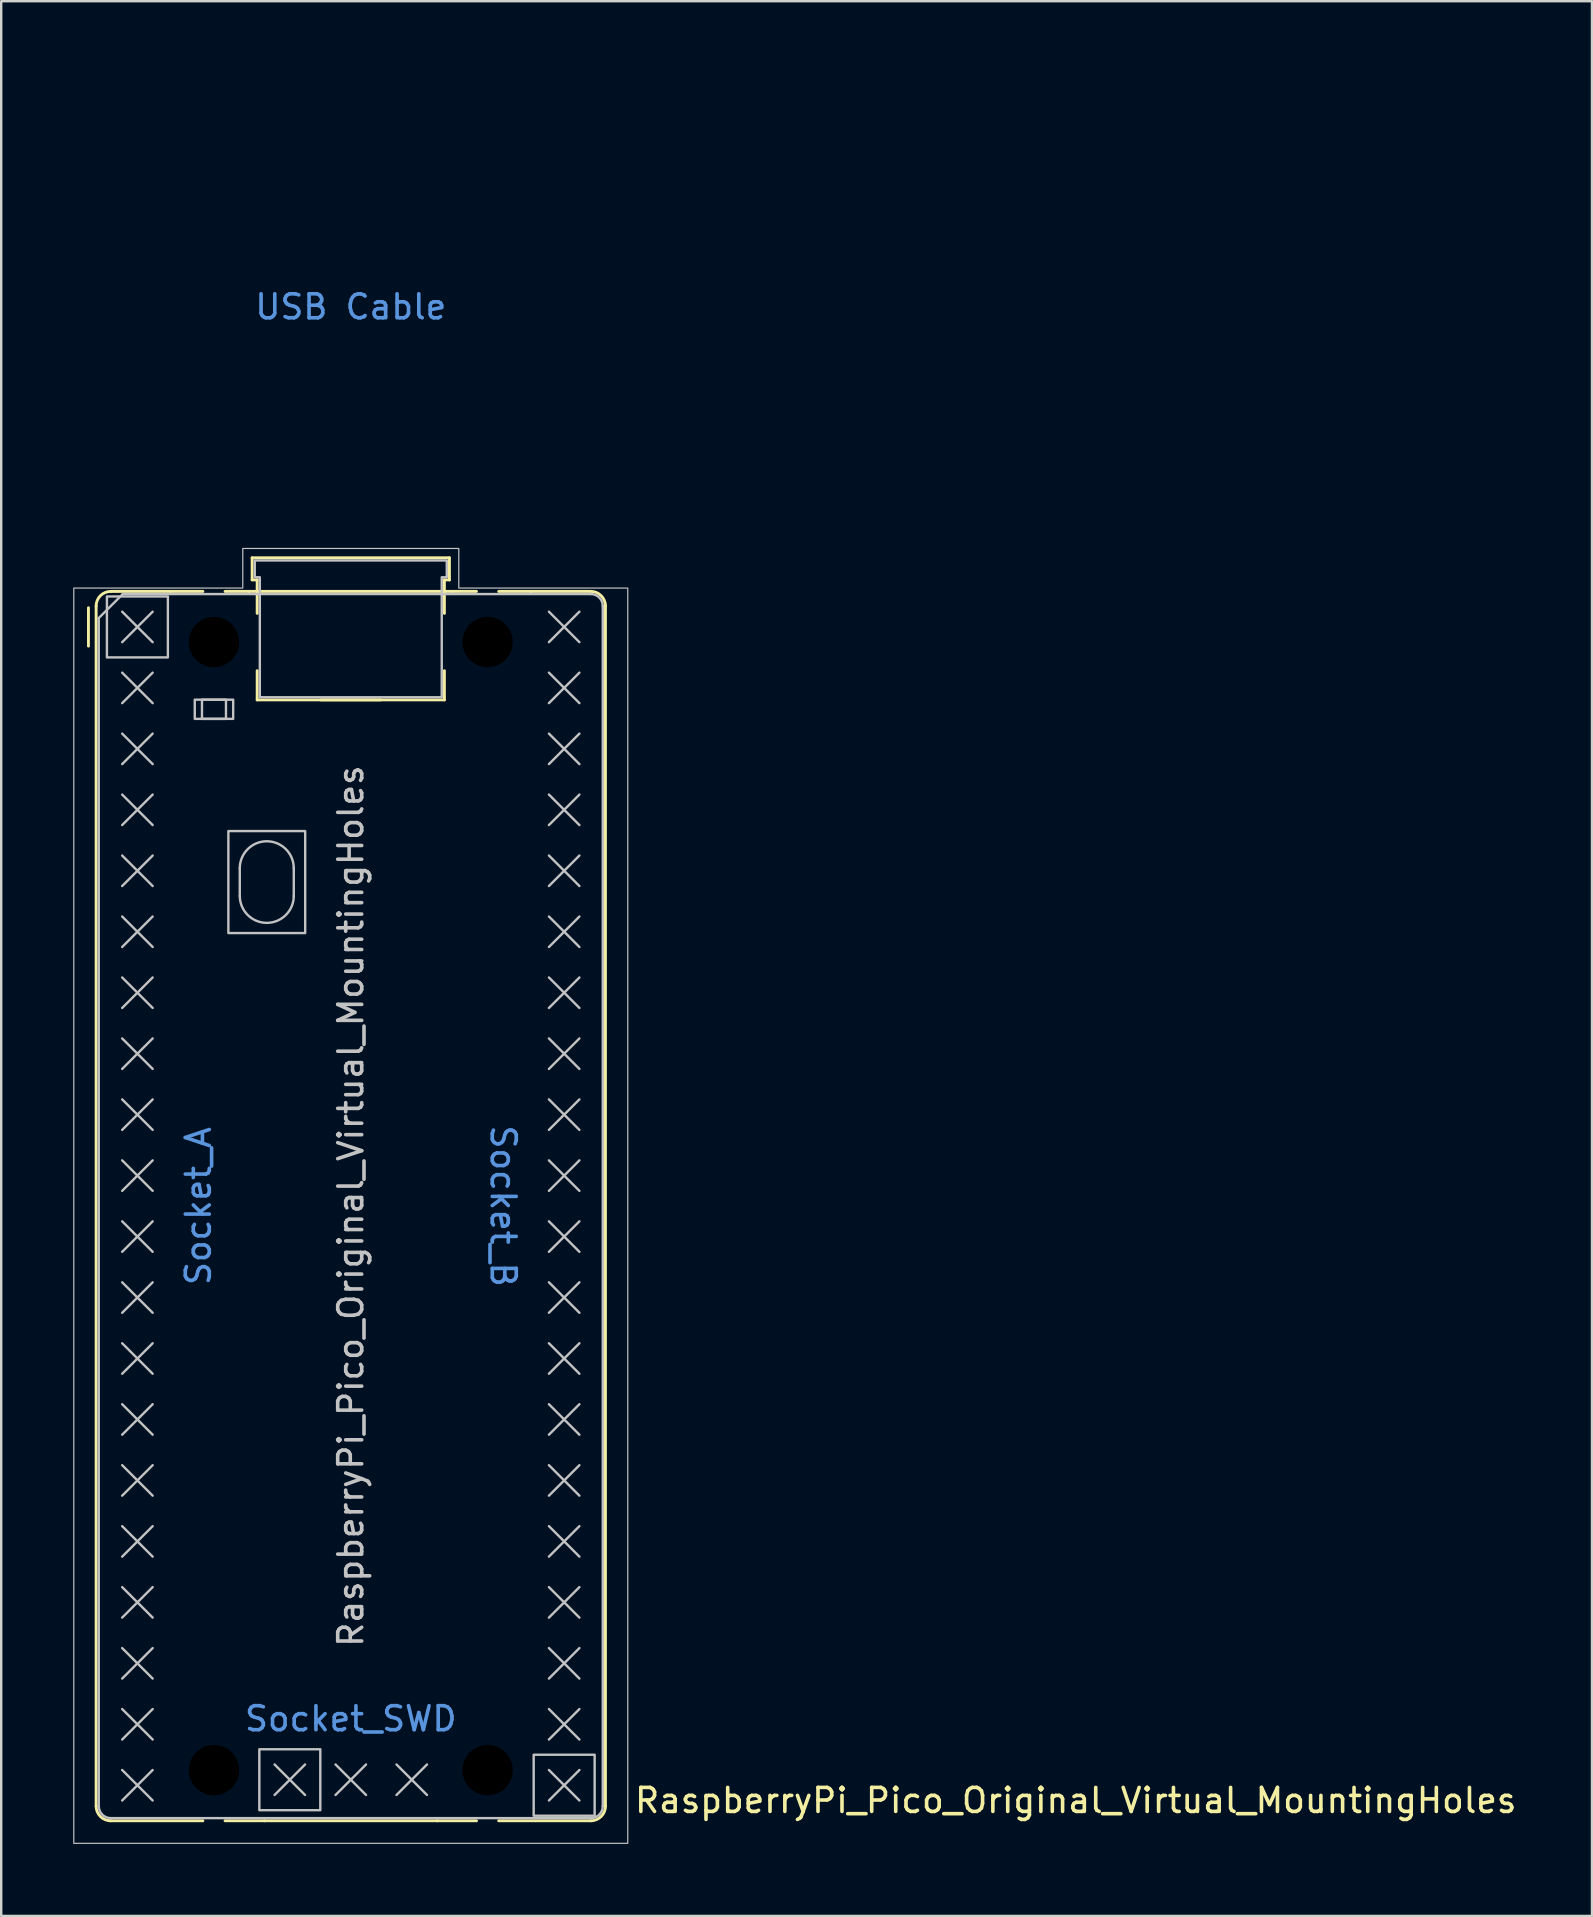
<source format=kicad_pcb>
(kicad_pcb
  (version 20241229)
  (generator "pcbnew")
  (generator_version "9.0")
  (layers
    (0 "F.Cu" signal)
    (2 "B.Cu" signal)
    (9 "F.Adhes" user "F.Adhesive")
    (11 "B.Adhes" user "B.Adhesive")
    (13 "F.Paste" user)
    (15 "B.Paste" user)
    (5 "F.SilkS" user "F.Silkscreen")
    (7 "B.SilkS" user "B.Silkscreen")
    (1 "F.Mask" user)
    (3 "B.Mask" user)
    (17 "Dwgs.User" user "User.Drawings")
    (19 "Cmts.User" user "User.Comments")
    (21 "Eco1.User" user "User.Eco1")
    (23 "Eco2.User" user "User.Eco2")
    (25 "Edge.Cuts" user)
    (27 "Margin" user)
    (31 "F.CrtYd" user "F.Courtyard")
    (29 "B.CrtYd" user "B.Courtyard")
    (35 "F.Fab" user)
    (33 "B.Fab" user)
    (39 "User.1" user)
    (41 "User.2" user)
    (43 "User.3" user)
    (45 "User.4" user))
  (footprint "RaspberryPi_Pico_Original_Virtual_MountingHoles"
    (layer "F.Cu")
    (at 11.565 47.2)
    (property "Reference" "RaspberryPi_Pico_Original_Virtual_MountingHoles" (at 11.748 24.765 0) (unlocked yes) (layer "F.SilkS") (effects (font (size 1 1) (thickness 0.15)) (justify left)))
    (attr exclude_from_pos_files allow_missing_courtyard)
    (fp_line (start -10.93 -23.33) (end -10.93 -24.93) (stroke (width 0.12) (type solid)) (layer "F.SilkS"))
    (fp_line (start -10.61 -25) (end -10.61 25) (stroke (width 0.12) (type solid)) (layer "F.SilkS"))
    (fp_line (start -10 -25.61) (end -7.51 -25.61) (stroke (width 0.12) (type solid)) (layer "F.SilkS"))
    (fp_line (start -10 25.61) (end -6.162 25.61) (stroke (width 0.12) (type solid)) (layer "F.SilkS"))
    (fp_line (start -7.51 -25.61) (end -6.162 -25.61) (stroke (width 0.12) (type solid)) (layer "F.SilkS"))
    (fp_line (start -5.238 -25.61) (end -4.235 -25.61) (stroke (width 0.12) (type solid)) (layer "F.SilkS"))
    (fp_line (start -4.235 -25.61) (end 4.235 -25.61) (stroke (width 0.12) (type solid)) (layer "F.SilkS"))
    (fp_line (start -4.11 -27.01) (end -4.11 -26.09) (stroke (width 0.12) (type solid)) (layer "F.SilkS"))
    (fp_line (start -4.11 -27.01) (end 4.11 -27.01) (stroke (width 0.12) (type solid)) (layer "F.SilkS"))
    (fp_line (start -4.11 -26.09) (end -3.9 -26.09) (stroke (width 0.12) (type solid)) (layer "F.SilkS"))
    (fp_line (start -3.9 -26.09) (end -3.9 -24.694) (stroke (width 0.12) (type solid)) (layer "F.SilkS"))
    (fp_line (start -3.9 -22.306) (end -3.9 -21.09) (stroke (width 0.12) (type solid)) (layer "F.SilkS"))
    (fp_line (start -3.6 25.61) (end -5.238 25.61) (stroke (width 0.12) (type solid)) (layer "F.SilkS"))
    (fp_line (start -1.246 -21.09) (end 1.246 -21.09) (stroke (width 0.12) (type solid)) (layer "F.SilkS"))
    (fp_line (start 3.6 25.61) (end -3.6 25.61) (stroke (width 0.12) (type solid)) (layer "F.SilkS"))
    (fp_line (start 3.9 -26.09) (end 3.9 -24.694) (stroke (width 0.12) (type solid)) (layer "F.SilkS"))
    (fp_line (start 3.9 -22.306) (end 3.9 -21.09) (stroke (width 0.12) (type solid)) (layer "F.SilkS"))
    (fp_line (start 3.9 -21.09) (end -3.9 -21.09) (stroke (width 0.12) (type solid)) (layer "F.SilkS"))
    (fp_line (start 4.11 -27.01) (end 4.11 -26.09) (stroke (width 0.12) (type solid)) (layer "F.SilkS"))
    (fp_line (start 4.11 -26.09) (end 3.9 -26.09) (stroke (width 0.12) (type solid)) (layer "F.SilkS"))
    (fp_line (start 4.235 -25.61) (end 5.238 -25.61) (stroke (width 0.12) (type solid)) (layer "F.SilkS"))
    (fp_line (start 5.238 25.61) (end 3.6 25.61) (stroke (width 0.12) (type solid)) (layer "F.SilkS"))
    (fp_line (start 6.162 -25.61) (end 7.51 -25.61) (stroke (width 0.12) (type solid)) (layer "F.SilkS"))
    (fp_line (start 6.162 25.61) (end 10 25.61) (stroke (width 0.12) (type solid)) (layer "F.SilkS"))
    (fp_line (start 10 -25.61) (end 7.51 -25.61) (stroke (width 0.12) (type solid)) (layer "F.SilkS"))
    (fp_line (start 10.61 -25) (end 10.61 25) (stroke (width 0.12) (type solid)) (layer "F.SilkS"))
    (fp_arc (start -10.61 -25) (mid -10.431335 -25.431335) (end -10 -25.61) (stroke (width 0.12) (type solid)) (layer "F.SilkS"))
    (fp_arc (start -10 25.61) (mid -10.431364 25.431364) (end -10.61 25) (stroke (width 0.12) (type solid)) (layer "F.SilkS"))
    (fp_arc (start 10 -25.61) (mid 10.431335 -25.431335) (end 10.61 -25) (stroke (width 0.12) (type solid)) (layer "F.SilkS"))
    (fp_arc (start 10.61 25) (mid 10.431335 25.431335) (end 10 25.61) (stroke (width 0.12) (type solid)) (layer "F.SilkS"))
    (fp_line (start -10.5 -24.5) (end -9.5 -25.5) (stroke (width 0.1) (type solid)) (layer "Dwgs.User"))
    (fp_line (start -10.5 25) (end -10.5 -24.5) (stroke (width 0.1) (type solid)) (layer "Dwgs.User"))
    (fp_line (start -9.525 -24.765) (end -8.255 -23.495) (stroke (width 0.1) (type solid)) (layer "Dwgs.User"))
    (fp_line (start -9.525 -22.225) (end -8.255 -20.955) (stroke (width 0.1) (type solid)) (layer "Dwgs.User"))
    (fp_line (start -9.525 -19.685) (end -8.255 -18.415) (stroke (width 0.1) (type solid)) (layer "Dwgs.User"))
    (fp_line (start -9.525 -17.145) (end -8.255 -15.875) (stroke (width 0.1) (type solid)) (layer "Dwgs.User"))
    (fp_line (start -9.525 -14.605) (end -8.255 -13.335) (stroke (width 0.1) (type solid)) (layer "Dwgs.User"))
    (fp_line (start -9.525 -12.065) (end -8.255 -10.795) (stroke (width 0.1) (type solid)) (layer "Dwgs.User"))
    (fp_line (start -9.525 -9.525) (end -8.255 -8.255) (stroke (width 0.1) (type solid)) (layer "Dwgs.User"))
    (fp_line (start -9.525 -6.985) (end -8.255 -5.715) (stroke (width 0.1) (type solid)) (layer "Dwgs.User"))
    (fp_line (start -9.525 -4.445) (end -8.255 -3.175) (stroke (width 0.1) (type solid)) (layer "Dwgs.User"))
    (fp_line (start -9.525 -1.905) (end -8.255 -0.635) (stroke (width 0.1) (type solid)) (layer "Dwgs.User"))
    (fp_line (start -9.525 0.635) (end -8.255 1.905) (stroke (width 0.1) (type solid)) (layer "Dwgs.User"))
    (fp_line (start -9.525 3.175) (end -8.255 4.445) (stroke (width 0.1) (type solid)) (layer "Dwgs.User"))
    (fp_line (start -9.525 5.715) (end -8.255 6.985) (stroke (width 0.1) (type solid)) (layer "Dwgs.User"))
    (fp_line (start -9.525 8.255) (end -8.255 9.525) (stroke (width 0.1) (type solid)) (layer "Dwgs.User"))
    (fp_line (start -9.525 10.795) (end -8.255 12.065) (stroke (width 0.1) (type solid)) (layer "Dwgs.User"))
    (fp_line (start -9.525 13.335) (end -8.255 14.605) (stroke (width 0.1) (type solid)) (layer "Dwgs.User"))
    (fp_line (start -9.525 15.875) (end -8.255 17.145) (stroke (width 0.1) (type solid)) (layer "Dwgs.User"))
    (fp_line (start -9.525 18.415) (end -8.255 19.685) (stroke (width 0.1) (type solid)) (layer "Dwgs.User"))
    (fp_line (start -9.525 20.955) (end -8.255 22.225) (stroke (width 0.1) (type solid)) (layer "Dwgs.User"))
    (fp_line (start -9.525 23.495) (end -8.255 24.765) (stroke (width 0.1) (type solid)) (layer "Dwgs.User"))
    (fp_line (start -9.5 -25.5) (end 10 -25.5) (stroke (width 0.1) (type solid)) (layer "Dwgs.User"))
    (fp_line (start -8.255 -24.765) (end -9.525 -23.495) (stroke (width 0.1) (type solid)) (layer "Dwgs.User"))
    (fp_line (start -8.255 -22.225) (end -9.525 -20.955) (stroke (width 0.1) (type solid)) (layer "Dwgs.User"))
    (fp_line (start -8.255 -19.685) (end -9.525 -18.415) (stroke (width 0.1) (type solid)) (layer "Dwgs.User"))
    (fp_line (start -8.255 -17.145) (end -9.525 -15.875) (stroke (width 0.1) (type solid)) (layer "Dwgs.User"))
    (fp_line (start -8.255 -14.605) (end -9.525 -13.335) (stroke (width 0.1) (type solid)) (layer "Dwgs.User"))
    (fp_line (start -8.255 -12.065) (end -9.525 -10.795) (stroke (width 0.1) (type solid)) (layer "Dwgs.User"))
    (fp_line (start -8.255 -9.525) (end -9.525 -8.255) (stroke (width 0.1) (type solid)) (layer "Dwgs.User"))
    (fp_line (start -8.255 -6.985) (end -9.525 -5.715) (stroke (width 0.1) (type solid)) (layer "Dwgs.User"))
    (fp_line (start -8.255 -4.445) (end -9.525 -3.175) (stroke (width 0.1) (type solid)) (layer "Dwgs.User"))
    (fp_line (start -8.255 -1.905) (end -9.525 -0.635) (stroke (width 0.1) (type solid)) (layer "Dwgs.User"))
    (fp_line (start -8.255 0.635) (end -9.525 1.905) (stroke (width 0.1) (type solid)) (layer "Dwgs.User"))
    (fp_line (start -8.255 3.175) (end -9.525 4.445) (stroke (width 0.1) (type solid)) (layer "Dwgs.User"))
    (fp_line (start -8.255 5.715) (end -9.525 6.985) (stroke (width 0.1) (type solid)) (layer "Dwgs.User"))
    (fp_line (start -8.255 8.255) (end -9.525 9.525) (stroke (width 0.1) (type solid)) (layer "Dwgs.User"))
    (fp_line (start -8.255 10.795) (end -9.525 12.065) (stroke (width 0.1) (type solid)) (layer "Dwgs.User"))
    (fp_line (start -8.255 13.335) (end -9.525 14.605) (stroke (width 0.1) (type solid)) (layer "Dwgs.User"))
    (fp_line (start -8.255 15.875) (end -9.525 17.145) (stroke (width 0.1) (type solid)) (layer "Dwgs.User"))
    (fp_line (start -8.255 18.415) (end -9.525 19.685) (stroke (width 0.1) (type solid)) (layer "Dwgs.User"))
    (fp_line (start -8.255 20.955) (end -9.525 22.225) (stroke (width 0.1) (type solid)) (layer "Dwgs.User"))
    (fp_line (start -8.255 23.495) (end -9.525 24.765) (stroke (width 0.1) (type solid)) (layer "Dwgs.User"))
    (fp_line (start -4.625 -14.075) (end -4.625 -12.925) (stroke (width 0.1) (type solid)) (layer "Dwgs.User"))
    (fp_line (start -3.175 23.265) (end -1.905 24.535) (stroke (width 0.1) (type solid)) (layer "Dwgs.User"))
    (fp_line (start -2.375 -14.075) (end -2.375 -12.925) (stroke (width 0.1) (type solid)) (layer "Dwgs.User"))
    (fp_line (start -1.905 23.265) (end -3.175 24.535) (stroke (width 0.1) (type solid)) (layer "Dwgs.User"))
    (fp_line (start -0.635 23.265) (end 0.635 24.535) (stroke (width 0.1) (type solid)) (layer "Dwgs.User"))
    (fp_line (start 0.635 23.265) (end -0.635 24.535) (stroke (width 0.1) (type solid)) (layer "Dwgs.User"))
    (fp_line (start 1.905 23.265) (end 3.175 24.535) (stroke (width 0.1) (type solid)) (layer "Dwgs.User"))
    (fp_line (start 3.175 23.265) (end 1.905 24.535) (stroke (width 0.1) (type solid)) (layer "Dwgs.User"))
    (fp_line (start 8.255 -24.765) (end 9.525 -23.495) (stroke (width 0.1) (type solid)) (layer "Dwgs.User"))
    (fp_line (start 8.255 -22.225) (end 9.525 -20.955) (stroke (width 0.1) (type solid)) (layer "Dwgs.User"))
    (fp_line (start 8.255 -19.685) (end 9.525 -18.415) (stroke (width 0.1) (type solid)) (layer "Dwgs.User"))
    (fp_line (start 8.255 -17.145) (end 9.525 -15.875) (stroke (width 0.1) (type solid)) (layer "Dwgs.User"))
    (fp_line (start 8.255 -14.605) (end 9.525 -13.335) (stroke (width 0.1) (type solid)) (layer "Dwgs.User"))
    (fp_line (start 8.255 -12.065) (end 9.525 -10.795) (stroke (width 0.1) (type solid)) (layer "Dwgs.User"))
    (fp_line (start 8.255 -9.525) (end 9.525 -8.255) (stroke (width 0.1) (type solid)) (layer "Dwgs.User"))
    (fp_line (start 8.255 -6.985) (end 9.525 -5.715) (stroke (width 0.1) (type solid)) (layer "Dwgs.User"))
    (fp_line (start 8.255 -4.445) (end 9.525 -3.175) (stroke (width 0.1) (type solid)) (layer "Dwgs.User"))
    (fp_line (start 8.255 -1.905) (end 9.525 -0.635) (stroke (width 0.1) (type solid)) (layer "Dwgs.User"))
    (fp_line (start 8.255 0.635) (end 9.525 1.905) (stroke (width 0.1) (type solid)) (layer "Dwgs.User"))
    (fp_line (start 8.255 3.175) (end 9.525 4.445) (stroke (width 0.1) (type solid)) (layer "Dwgs.User"))
    (fp_line (start 8.255 5.715) (end 9.525 6.985) (stroke (width 0.1) (type solid)) (layer "Dwgs.User"))
    (fp_line (start 8.255 8.255) (end 9.525 9.525) (stroke (width 0.1) (type solid)) (layer "Dwgs.User"))
    (fp_line (start 8.255 10.795) (end 9.525 12.065) (stroke (width 0.1) (type solid)) (layer "Dwgs.User"))
    (fp_line (start 8.255 13.335) (end 9.525 14.605) (stroke (width 0.1) (type solid)) (layer "Dwgs.User"))
    (fp_line (start 8.255 15.875) (end 9.525 17.145) (stroke (width 0.1) (type solid)) (layer "Dwgs.User"))
    (fp_line (start 8.255 18.415) (end 9.525 19.685) (stroke (width 0.1) (type solid)) (layer "Dwgs.User"))
    (fp_line (start 8.255 20.955) (end 9.525 22.225) (stroke (width 0.1) (type solid)) (layer "Dwgs.User"))
    (fp_line (start 8.255 23.495) (end 9.525 24.765) (stroke (width 0.1) (type solid)) (layer "Dwgs.User"))
    (fp_line (start 9.525 -24.765) (end 8.255 -23.495) (stroke (width 0.1) (type solid)) (layer "Dwgs.User"))
    (fp_line (start 9.525 -22.225) (end 8.255 -20.955) (stroke (width 0.1) (type solid)) (layer "Dwgs.User"))
    (fp_line (start 9.525 -19.685) (end 8.255 -18.415) (stroke (width 0.1) (type solid)) (layer "Dwgs.User"))
    (fp_line (start 9.525 -17.145) (end 8.255 -15.875) (stroke (width 0.1) (type solid)) (layer "Dwgs.User"))
    (fp_line (start 9.525 -14.605) (end 8.255 -13.335) (stroke (width 0.1) (type solid)) (layer "Dwgs.User"))
    (fp_line (start 9.525 -12.065) (end 8.255 -10.795) (stroke (width 0.1) (type solid)) (layer "Dwgs.User"))
    (fp_line (start 9.525 -9.525) (end 8.255 -8.255) (stroke (width 0.1) (type solid)) (layer "Dwgs.User"))
    (fp_line (start 9.525 -6.985) (end 8.255 -5.715) (stroke (width 0.1) (type solid)) (layer "Dwgs.User"))
    (fp_line (start 9.525 -4.445) (end 8.255 -3.175) (stroke (width 0.1) (type solid)) (layer "Dwgs.User"))
    (fp_line (start 9.525 -1.905) (end 8.255 -0.635) (stroke (width 0.1) (type solid)) (layer "Dwgs.User"))
    (fp_line (start 9.525 0.635) (end 8.255 1.905) (stroke (width 0.1) (type solid)) (layer "Dwgs.User"))
    (fp_line (start 9.525 3.175) (end 8.255 4.445) (stroke (width 0.1) (type solid)) (layer "Dwgs.User"))
    (fp_line (start 9.525 5.715) (end 8.255 6.985) (stroke (width 0.1) (type solid)) (layer "Dwgs.User"))
    (fp_line (start 9.525 8.255) (end 8.255 9.525) (stroke (width 0.1) (type solid)) (layer "Dwgs.User"))
    (fp_line (start 9.525 10.795) (end 8.255 12.065) (stroke (width 0.1) (type solid)) (layer "Dwgs.User"))
    (fp_line (start 9.525 13.335) (end 8.255 14.605) (stroke (width 0.1) (type solid)) (layer "Dwgs.User"))
    (fp_line (start 9.525 15.875) (end 8.255 17.145) (stroke (width 0.1) (type solid)) (layer "Dwgs.User"))
    (fp_line (start 9.525 18.415) (end 8.255 19.685) (stroke (width 0.1) (type solid)) (layer "Dwgs.User"))
    (fp_line (start 9.525 20.955) (end 8.255 22.225) (stroke (width 0.1) (type solid)) (layer "Dwgs.User"))
    (fp_line (start 9.525 23.495) (end 8.255 24.765) (stroke (width 0.1) (type solid)) (layer "Dwgs.User"))
    (fp_line (start 10 25.5) (end -10 25.5) (stroke (width 0.1) (type solid)) (layer "Dwgs.User"))
    (fp_line (start 10.5 -25) (end 10.5 25) (stroke (width 0.1) (type solid)) (layer "Dwgs.User"))
    (fp_rect (start -10.16 -25.4) (end -7.62 -22.86) (stroke (width 0.1) (type default)) (fill no) (layer "Dwgs.User"))
    (fp_rect (start -6.5 -21.1) (end -4.9 -20.3) (stroke (width 0.1) (type solid)) (fill no) (layer "Dwgs.User"))
    (fp_rect (start -6.2 -21.1) (end -5.2 -20.3) (stroke (width 0.1) (type solid)) (fill no) (layer "Dwgs.User"))
    (fp_rect (start -5.1 -15.625) (end -1.9 -11.375) (stroke (width 0.1) (type solid)) (fill no) (layer "Dwgs.User"))
    (fp_rect (start -3.81 22.63) (end -1.27 25.17) (stroke (width 0.1) (type default)) (fill no) (layer "Dwgs.User"))
    (fp_rect (start 7.62 22.86) (end 10.16 25.4) (stroke (width 0.1) (type default)) (fill no) (layer "Dwgs.User"))
    (fp_arc (start -10 25.5) (mid -10.353553 25.353553) (end -10.5 25) (stroke (width 0.1) (type solid)) (layer "Dwgs.User"))
    (fp_arc (start -4.625 -14.075) (mid -3.5 -15.2) (end -2.375 -14.075) (stroke (width 0.1) (type solid)) (layer "Dwgs.User"))
    (fp_arc (start -2.375 -12.925) (mid -3.5 -11.8) (end -4.625 -12.925) (stroke (width 0.1) (type solid)) (layer "Dwgs.User"))
    (fp_arc (start 10 -25.5) (mid 10.353553 -25.353553) (end 10.5 -25) (stroke (width 0.1) (type solid)) (layer "Dwgs.User"))
    (fp_arc (start 10.5 25) (mid 10.353553 25.353553) (end 10 25.5) (stroke (width 0.1) (type solid)) (layer "Dwgs.User"))
    (fp_poly (pts (xy -4.5 -27.4) (xy 4.5 -27.4) (xy 4.5 -25.75) (xy 11.54 -25.75) (xy 11.54 26.55) (xy -11.54 26.55) (xy -11.54 -25.75) (xy -4.5 -25.75)) (stroke (width 0.05) (type solid)) (fill no) (layer "Dwgs.User"))
    (fp_poly (pts (xy 3.79 -21.2) (xy 3.79 -26.2) (xy 4 -26.2) (xy 4 -26.9) (xy -4 -26.9) (xy -4 -26.2) (xy -3.79 -26.2) (xy -3.79 -21.2)) (stroke (width 0.1) (type solid)) (fill no) (layer "Dwgs.User"))
    (fp_text user "${REFERENCE}" (at 0 0 90) (layer "Dwgs.User") (effects (font (size 1 1) (thickness 0.15))))
    (fp_text user "Socket_A" (at -6.35 0 90) (unlocked yes) (layer "Cmts.User") (effects (font (size 1 1) (thickness 0.15))))
    (fp_text user "Socket_SWD" (at 0 21.36 0) (unlocked yes) (layer "Cmts.User") (effects (font (size 1 1) (thickness 0.15))))
    (fp_text user "USB Cable" (at 0 -37.465 0) (unlocked yes) (layer "Cmts.User") (effects (font (size 1 1) (thickness 0.15))))
    (fp_text user "Socket_B" (at 6.35 0 270) (unlocked yes) (layer "Cmts.User") (effects (font (size 1 1) (thickness 0.15))))
    (pad "" np_thru_hole circle (at -5.7 -23.5) (size 3.8 3.8) (drill 2.1) (layers "*.Mask"))
    (pad "" np_thru_hole circle (at -5.7 23.5) (size 3.8 3.8) (drill 2.1) (layers "*.Mask"))
    (pad "" np_thru_hole circle (at 5.7 -23.5) (size 3.8 3.8) (drill 2.1) (layers "*.Mask"))
    (pad "" np_thru_hole circle (at 5.7 23.5) (size 3.8 3.8) (drill 2.1) (layers "*.Mask"))
    (zone (net_name "") (layer "F.CrtYd") (name "USB Cable") (hatch edge 0.5) (connect_pads) (min_thickness 0.254) (filled_areas_thickness no) (keepout (tracks allowed) (vias allowed) (pads allowed) (copperpour allowed) (footprints allowed)) (placement (enabled no)) (fill) (polygon (pts (xy 5.815 19.5) (xy 7.625 19.5) (xy 7.625 19.8) (xy 15.505 19.8) (xy 15.505 19.5) (xy 17.315 19.5) (xy 17.315 0) (xy 5.815 0)))))
  (gr_rect
    (start -3 -3)
    (end 63.277 76.775)
    (stroke (width 0.1) (type default))
    (fill no)
    (layer "Edge.Cuts")))
</source>
